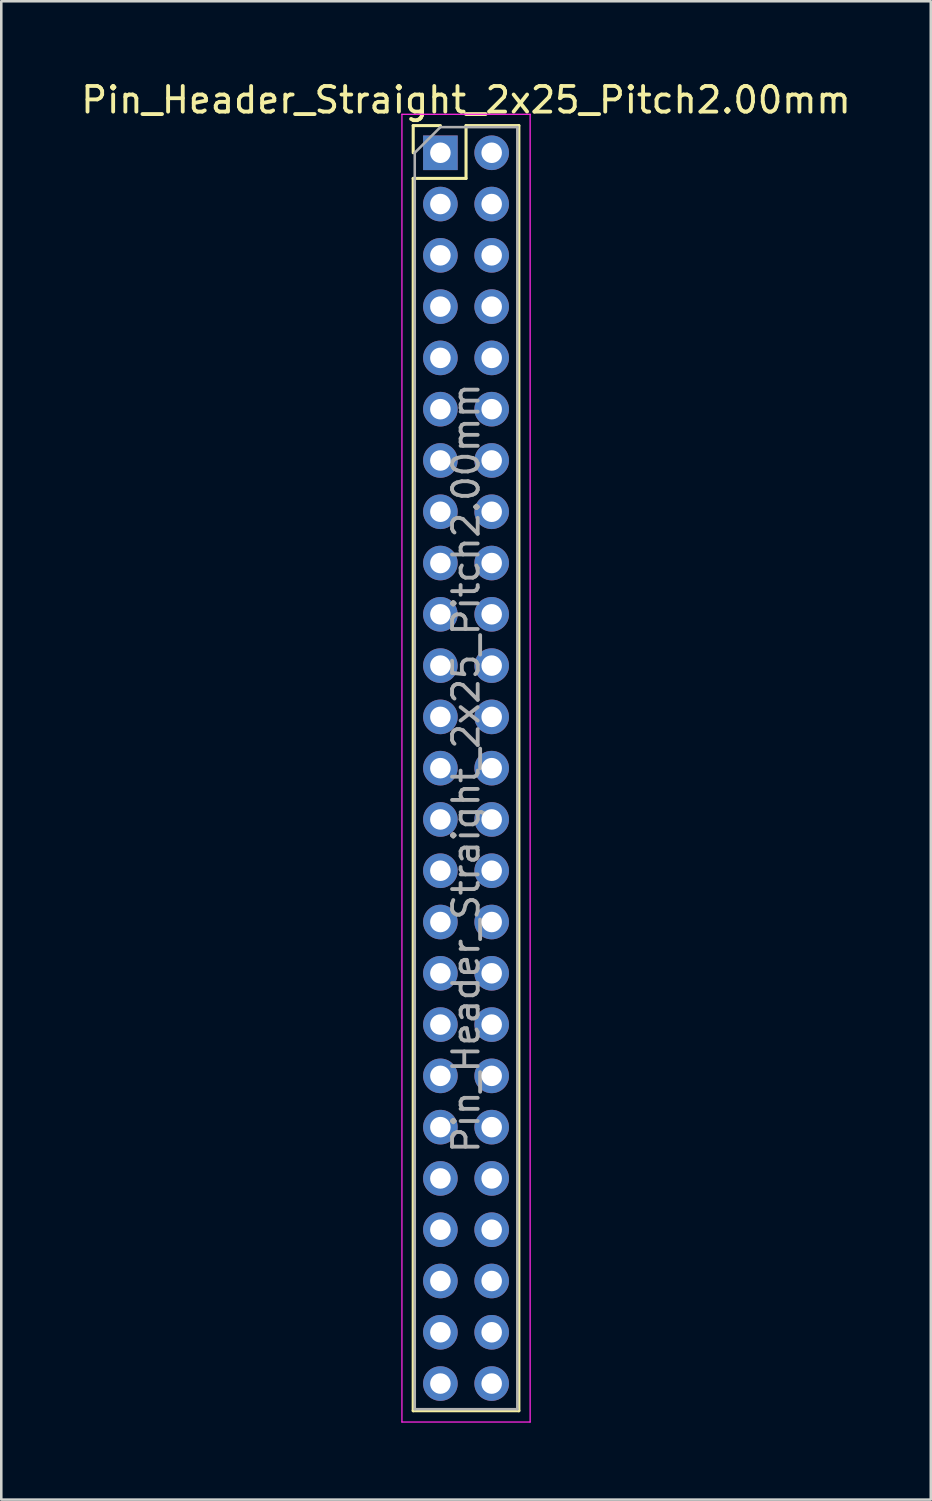
<source format=kicad_pcb>
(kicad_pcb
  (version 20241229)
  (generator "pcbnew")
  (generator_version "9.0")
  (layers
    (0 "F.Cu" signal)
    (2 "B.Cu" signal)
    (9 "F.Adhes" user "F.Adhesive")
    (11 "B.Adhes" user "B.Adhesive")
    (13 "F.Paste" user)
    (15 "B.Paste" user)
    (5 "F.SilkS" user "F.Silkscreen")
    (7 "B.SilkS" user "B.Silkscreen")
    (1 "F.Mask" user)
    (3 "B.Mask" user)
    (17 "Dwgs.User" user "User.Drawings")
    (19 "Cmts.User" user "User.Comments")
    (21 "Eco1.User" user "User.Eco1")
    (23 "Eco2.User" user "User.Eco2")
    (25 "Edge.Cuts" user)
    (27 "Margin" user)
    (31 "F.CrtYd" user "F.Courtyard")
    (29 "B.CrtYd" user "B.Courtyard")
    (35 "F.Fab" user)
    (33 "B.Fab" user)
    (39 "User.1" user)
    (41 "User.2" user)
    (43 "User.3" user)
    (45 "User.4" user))
  (footprint "Pin_Header_Straight_2x25_Pitch2.00mm"
    (layer "F.Cu")
    (at 14.125 2.908)
    (property "Reference" "Pin_Header_Straight_2x25_Pitch2.00mm" (at 1 -2.06 0) (layer "F.SilkS") (effects (font (size 1 1) (thickness 0.15))))
    (attr through_hole)
    (fp_line (start -1.06 -1.06) (end 0 -1.06) (stroke (width 0.12) (type solid)) (layer "F.SilkS"))
    (fp_line (start -1.06 0) (end -1.06 -1.06) (stroke (width 0.12) (type solid)) (layer "F.SilkS"))
    (fp_line (start -1.06 1) (end -1.06 49.06) (stroke (width 0.12) (type solid)) (layer "F.SilkS"))
    (fp_line (start -1.06 1) (end 1 1) (stroke (width 0.12) (type solid)) (layer "F.SilkS"))
    (fp_line (start -1.06 49.06) (end 3.06 49.06) (stroke (width 0.12) (type solid)) (layer "F.SilkS"))
    (fp_line (start 1 -1.06) (end 3.06 -1.06) (stroke (width 0.12) (type solid)) (layer "F.SilkS"))
    (fp_line (start 1 1) (end 1 -1.06) (stroke (width 0.12) (type solid)) (layer "F.SilkS"))
    (fp_line (start 3.06 -1.06) (end 3.06 49.06) (stroke (width 0.12) (type solid)) (layer "F.SilkS"))
    (fp_line (start -1.5 -1.5) (end -1.5 49.5) (stroke (width 0.05) (type solid)) (layer "F.CrtYd"))
    (fp_line (start -1.5 49.5) (end 3.5 49.5) (stroke (width 0.05) (type solid)) (layer "F.CrtYd"))
    (fp_line (start 3.5 -1.5) (end -1.5 -1.5) (stroke (width 0.05) (type solid)) (layer "F.CrtYd"))
    (fp_line (start 3.5 49.5) (end 3.5 -1.5) (stroke (width 0.05) (type solid)) (layer "F.CrtYd"))
    (fp_line (start -1 0) (end 0 -1) (stroke (width 0.1) (type solid)) (layer "F.Fab"))
    (fp_line (start -1 49) (end -1 0) (stroke (width 0.1) (type solid)) (layer "F.Fab"))
    (fp_line (start 0 -1) (end 3 -1) (stroke (width 0.1) (type solid)) (layer "F.Fab"))
    (fp_line (start 3 -1) (end 3 49) (stroke (width 0.1) (type solid)) (layer "F.Fab"))
    (fp_line (start 3 49) (end -1 49) (stroke (width 0.1) (type solid)) (layer "F.Fab"))
    (fp_text user "${REFERENCE}" (at 1 24 90) (layer "F.Fab") (effects (font (size 1 1) (thickness 0.15))))
    (pad "1" thru_hole rect (at 0 0) (size 1.35 1.35) (drill 0.8) (layers "*.Cu" "*.Mask"))
    (pad "2" thru_hole oval (at 2 0) (size 1.35 1.35) (drill 0.8) (layers "*.Cu" "*.Mask"))
    (pad "3" thru_hole oval (at 0 2) (size 1.35 1.35) (drill 0.8) (layers "*.Cu" "*.Mask"))
    (pad "4" thru_hole oval (at 2 2) (size 1.35 1.35) (drill 0.8) (layers "*.Cu" "*.Mask"))
    (pad "5" thru_hole oval (at 0 4) (size 1.35 1.35) (drill 0.8) (layers "*.Cu" "*.Mask"))
    (pad "6" thru_hole oval (at 2 4) (size 1.35 1.35) (drill 0.8) (layers "*.Cu" "*.Mask"))
    (pad "7" thru_hole oval (at 0 6) (size 1.35 1.35) (drill 0.8) (layers "*.Cu" "*.Mask"))
    (pad "8" thru_hole oval (at 2 6) (size 1.35 1.35) (drill 0.8) (layers "*.Cu" "*.Mask"))
    (pad "9" thru_hole oval (at 0 8) (size 1.35 1.35) (drill 0.8) (layers "*.Cu" "*.Mask"))
    (pad "10" thru_hole oval (at 2 8) (size 1.35 1.35) (drill 0.8) (layers "*.Cu" "*.Mask"))
    (pad "11" thru_hole oval (at 0 10) (size 1.35 1.35) (drill 0.8) (layers "*.Cu" "*.Mask"))
    (pad "12" thru_hole oval (at 2 10) (size 1.35 1.35) (drill 0.8) (layers "*.Cu" "*.Mask"))
    (pad "13" thru_hole oval (at 0 12) (size 1.35 1.35) (drill 0.8) (layers "*.Cu" "*.Mask"))
    (pad "14" thru_hole oval (at 2 12) (size 1.35 1.35) (drill 0.8) (layers "*.Cu" "*.Mask"))
    (pad "15" thru_hole oval (at 0 14) (size 1.35 1.35) (drill 0.8) (layers "*.Cu" "*.Mask"))
    (pad "16" thru_hole oval (at 2 14) (size 1.35 1.35) (drill 0.8) (layers "*.Cu" "*.Mask"))
    (pad "17" thru_hole oval (at 0 16) (size 1.35 1.35) (drill 0.8) (layers "*.Cu" "*.Mask"))
    (pad "18" thru_hole oval (at 2 16) (size 1.35 1.35) (drill 0.8) (layers "*.Cu" "*.Mask"))
    (pad "19" thru_hole oval (at 0 18) (size 1.35 1.35) (drill 0.8) (layers "*.Cu" "*.Mask"))
    (pad "20" thru_hole oval (at 2 18) (size 1.35 1.35) (drill 0.8) (layers "*.Cu" "*.Mask"))
    (pad "21" thru_hole oval (at 0 20) (size 1.35 1.35) (drill 0.8) (layers "*.Cu" "*.Mask"))
    (pad "22" thru_hole oval (at 2 20) (size 1.35 1.35) (drill 0.8) (layers "*.Cu" "*.Mask"))
    (pad "23" thru_hole oval (at 0 22) (size 1.35 1.35) (drill 0.8) (layers "*.Cu" "*.Mask"))
    (pad "24" thru_hole oval (at 2 22) (size 1.35 1.35) (drill 0.8) (layers "*.Cu" "*.Mask"))
    (pad "25" thru_hole oval (at 0 24) (size 1.35 1.35) (drill 0.8) (layers "*.Cu" "*.Mask"))
    (pad "26" thru_hole oval (at 2 24) (size 1.35 1.35) (drill 0.8) (layers "*.Cu" "*.Mask"))
    (pad "27" thru_hole oval (at 0 26) (size 1.35 1.35) (drill 0.8) (layers "*.Cu" "*.Mask"))
    (pad "28" thru_hole oval (at 2 26) (size 1.35 1.35) (drill 0.8) (layers "*.Cu" "*.Mask"))
    (pad "29" thru_hole oval (at 0 28) (size 1.35 1.35) (drill 0.8) (layers "*.Cu" "*.Mask"))
    (pad "30" thru_hole oval (at 2 28) (size 1.35 1.35) (drill 0.8) (layers "*.Cu" "*.Mask"))
    (pad "31" thru_hole oval (at 0 30) (size 1.35 1.35) (drill 0.8) (layers "*.Cu" "*.Mask"))
    (pad "32" thru_hole oval (at 2 30) (size 1.35 1.35) (drill 0.8) (layers "*.Cu" "*.Mask"))
    (pad "33" thru_hole oval (at 0 32) (size 1.35 1.35) (drill 0.8) (layers "*.Cu" "*.Mask"))
    (pad "34" thru_hole oval (at 2 32) (size 1.35 1.35) (drill 0.8) (layers "*.Cu" "*.Mask"))
    (pad "35" thru_hole oval (at 0 34) (size 1.35 1.35) (drill 0.8) (layers "*.Cu" "*.Mask"))
    (pad "36" thru_hole oval (at 2 34) (size 1.35 1.35) (drill 0.8) (layers "*.Cu" "*.Mask"))
    (pad "37" thru_hole oval (at 0 36) (size 1.35 1.35) (drill 0.8) (layers "*.Cu" "*.Mask"))
    (pad "38" thru_hole oval (at 2 36) (size 1.35 1.35) (drill 0.8) (layers "*.Cu" "*.Mask"))
    (pad "39" thru_hole oval (at 0 38) (size 1.35 1.35) (drill 0.8) (layers "*.Cu" "*.Mask"))
    (pad "40" thru_hole oval (at 2 38) (size 1.35 1.35) (drill 0.8) (layers "*.Cu" "*.Mask"))
    (pad "41" thru_hole oval (at 0 40) (size 1.35 1.35) (drill 0.8) (layers "*.Cu" "*.Mask"))
    (pad "42" thru_hole oval (at 2 40) (size 1.35 1.35) (drill 0.8) (layers "*.Cu" "*.Mask"))
    (pad "43" thru_hole oval (at 0 42) (size 1.35 1.35) (drill 0.8) (layers "*.Cu" "*.Mask"))
    (pad "44" thru_hole oval (at 2 42) (size 1.35 1.35) (drill 0.8) (layers "*.Cu" "*.Mask"))
    (pad "45" thru_hole oval (at 0 44) (size 1.35 1.35) (drill 0.8) (layers "*.Cu" "*.Mask"))
    (pad "46" thru_hole oval (at 2 44) (size 1.35 1.35) (drill 0.8) (layers "*.Cu" "*.Mask"))
    (pad "47" thru_hole oval (at 0 46) (size 1.35 1.35) (drill 0.8) (layers "*.Cu" "*.Mask"))
    (pad "48" thru_hole oval (at 2 46) (size 1.35 1.35) (drill 0.8) (layers "*.Cu" "*.Mask"))
    (pad "49" thru_hole oval (at 0 48) (size 1.35 1.35) (drill 0.8) (layers "*.Cu" "*.Mask"))
    (pad "50" thru_hole oval (at 2 48) (size 1.35 1.35) (drill 0.8) (layers "*.Cu" "*.Mask")))
  (gr_rect
    (start -3 -3)
    (end 33.25 55.433)
    (stroke (width 0.1) (type default))
    (fill no)
    (layer "Edge.Cuts")))
</source>
